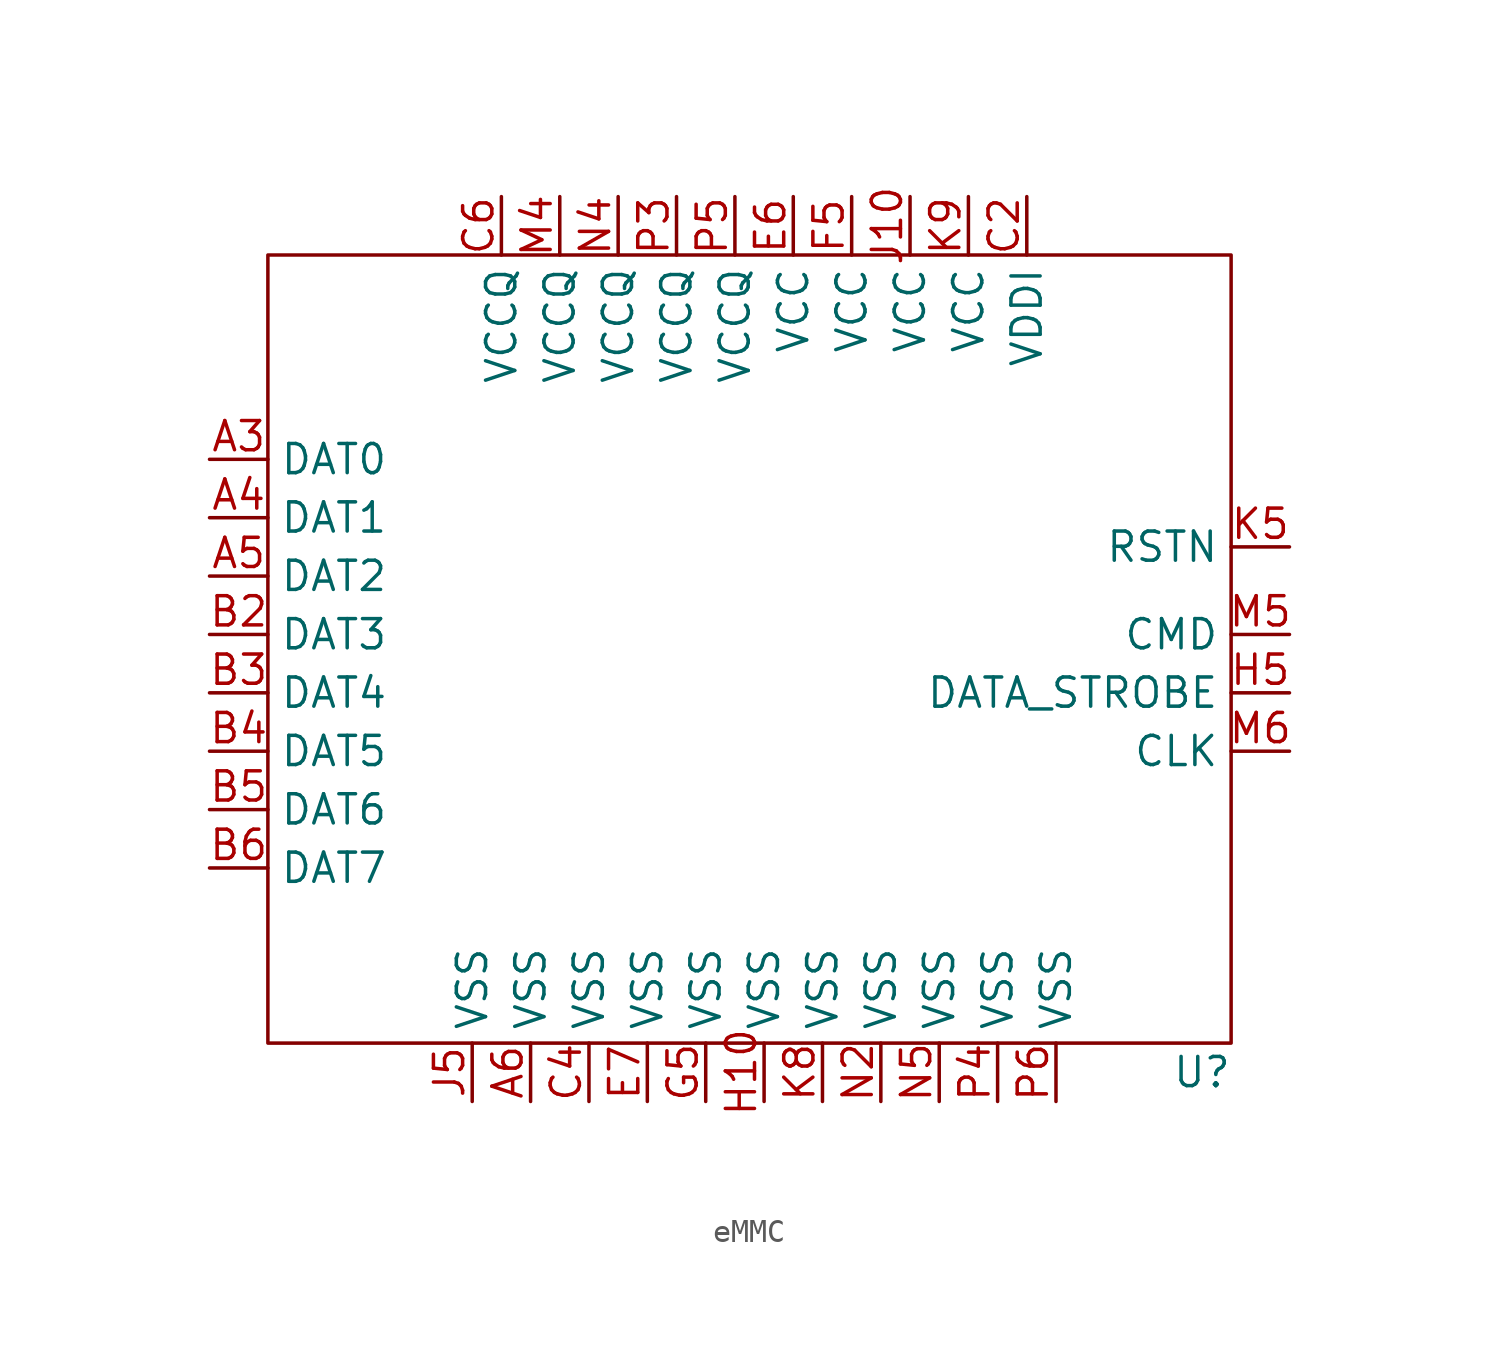
<source format=kicad_sym>
(kicad_symbol_lib
  (version 20220914)
  (generator kicad_symbol_editor)
  (symbol "eMMC"
    (property "Reference" "U"
      (at 19.05 -17.78 0)
      (effects (font (size 1.27 1.27))))
    (property "Value" ""
      (at -6.35 1.27 0)
      (effects (font (size 1.27 1.27))))
    (symbol "eMMC_0_1"
      (rectangle (start -21.59 17.78) (end 20.32 -16.51) (stroke (width 0) (type default)) (fill (type none))))
    (symbol "eMMC_1_1"
      (pin input line (at -24.13 8.89 0) (length 2.54) (name "DAT0" (effects (font (size 1.27 1.27)))) (number "A3" (effects (font (size 1.27 1.27)))))
      (pin input line (at -24.13 6.35 0) (length 2.54) (name "DAT1" (effects (font (size 1.27 1.27)))) (number "A4" (effects (font (size 1.27 1.27)))))
      (pin input line (at -24.13 3.81 0) (length 2.54) (name "DAT2" (effects (font (size 1.27 1.27)))) (number "A5" (effects (font (size 1.27 1.27)))))
      (pin input line (at -10.16 -19.05 90) (length 2.54) (name "VSS" (effects (font (size 1.27 1.27)))) (number "A6" (effects (font (size 1.27 1.27)))))
      (pin input line (at -24.13 1.27 0) (length 2.54) (name "DAT3" (effects (font (size 1.27 1.27)))) (number "B2" (effects (font (size 1.27 1.27)))))
      (pin input line (at -24.13 -1.27 0) (length 2.54) (name "DAT4" (effects (font (size 1.27 1.27)))) (number "B3" (effects (font (size 1.27 1.27)))))
      (pin input line (at -24.13 -3.81 0) (length 2.54) (name "DAT5" (effects (font (size 1.27 1.27)))) (number "B4" (effects (font (size 1.27 1.27)))))
      (pin input line (at -24.13 -6.35 0) (length 2.54) (name "DAT6" (effects (font (size 1.27 1.27)))) (number "B5" (effects (font (size 1.27 1.27)))))
      (pin input line (at -24.13 -8.89 0) (length 2.54) (name "DAT7" (effects (font (size 1.27 1.27)))) (number "B6" (effects (font (size 1.27 1.27)))))
      (pin input line (at 11.43 20.32 270) (length 2.54) (name "VDDI" (effects (font (size 1.27 1.27)))) (number "C2" (effects (font (size 1.27 1.27)))))
      (pin input line (at -7.62 -19.05 90) (length 2.54) (name "VSS" (effects (font (size 1.27 1.27)))) (number "C4" (effects (font (size 1.27 1.27)))))
      (pin input line (at -11.43 20.32 270) (length 2.54) (name "VCCQ" (effects (font (size 1.27 1.27)))) (number "C6" (effects (font (size 1.27 1.27)))))
      (pin input line (at 1.27 20.32 270) (length 2.54) (name "VCC" (effects (font (size 1.27 1.27)))) (number "E6" (effects (font (size 1.27 1.27)))))
      (pin input line (at -5.08 -19.05 90) (length 2.54) (name "VSS" (effects (font (size 1.27 1.27)))) (number "E7" (effects (font (size 1.27 1.27)))))
      (pin input line (at 3.81 20.32 270) (length 2.54) (name "VCC" (effects (font (size 1.27 1.27)))) (number "F5" (effects (font (size 1.27 1.27)))))
      (pin input line (at -2.54 -19.05 90) (length 2.54) (name "VSS" (effects (font (size 1.27 1.27)))) (number "G5" (effects (font (size 1.27 1.27)))))
      (pin input line (at 0 -19.05 90) (length 2.54) (name "VSS" (effects (font (size 1.27 1.27)))) (number "H10" (effects (font (size 1.27 1.27)))))
      (pin input line (at 22.86 -1.27 180) (length 2.54) (name "DATA_STROBE" (effects (font (size 1.27 1.27)))) (number "H5" (effects (font (size 1.27 1.27)))))
      (pin input line (at 6.35 20.32 270) (length 2.54) (name "VCC" (effects (font (size 1.27 1.27)))) (number "J10" (effects (font (size 1.27 1.27)))))
      (pin input line (at -12.7 -19.05 90) (length 2.54) (name "VSS" (effects (font (size 1.27 1.27)))) (number "J5" (effects (font (size 1.27 1.27)))))
      (pin input line (at 22.86 5.08 180) (length 2.54) (name "RSTN" (effects (font (size 1.27 1.27)))) (number "K5" (effects (font (size 1.27 1.27)))))
      (pin input line (at 2.54 -19.05 90) (length 2.54) (name "VSS" (effects (font (size 1.27 1.27)))) (number "K8" (effects (font (size 1.27 1.27)))))
      (pin input line (at 8.89 20.32 270) (length 2.54) (name "VCC" (effects (font (size 1.27 1.27)))) (number "K9" (effects (font (size 1.27 1.27)))))
      (pin input line (at -8.89 20.32 270) (length 2.54) (name "VCCQ" (effects (font (size 1.27 1.27)))) (number "M4" (effects (font (size 1.27 1.27)))))
      (pin input line (at 22.86 1.27 180) (length 2.54) (name "CMD" (effects (font (size 1.27 1.27)))) (number "M5" (effects (font (size 1.27 1.27)))))
      (pin input line (at 22.86 -3.81 180) (length 2.54) (name "CLK" (effects (font (size 1.27 1.27)))) (number "M6" (effects (font (size 1.27 1.27)))))
      (pin input line (at 5.08 -19.05 90) (length 2.54) (name "VSS" (effects (font (size 1.27 1.27)))) (number "N2" (effects (font (size 1.27 1.27)))))
      (pin input line (at -6.35 20.32 270) (length 2.54) (name "VCCQ" (effects (font (size 1.27 1.27)))) (number "N4" (effects (font (size 1.27 1.27)))))
      (pin input line (at 7.62 -19.05 90) (length 2.54) (name "VSS" (effects (font (size 1.27 1.27)))) (number "N5" (effects (font (size 1.27 1.27)))))
      (pin input line (at -3.81 20.32 270) (length 2.54) (name "VCCQ" (effects (font (size 1.27 1.27)))) (number "P3" (effects (font (size 1.27 1.27)))))
      (pin input line (at 10.16 -19.05 90) (length 2.54) (name "VSS" (effects (font (size 1.27 1.27)))) (number "P4" (effects (font (size 1.27 1.27)))))
      (pin input line (at -1.27 20.32 270) (length 2.54) (name "VCCQ" (effects (font (size 1.27 1.27)))) (number "P5" (effects (font (size 1.27 1.27)))))
      (pin input line (at 12.7 -19.05 90) (length 2.54) (name "VSS" (effects (font (size 1.27 1.27)))) (number "P6" (effects (font (size 1.27 1.27))))))))
</source>
